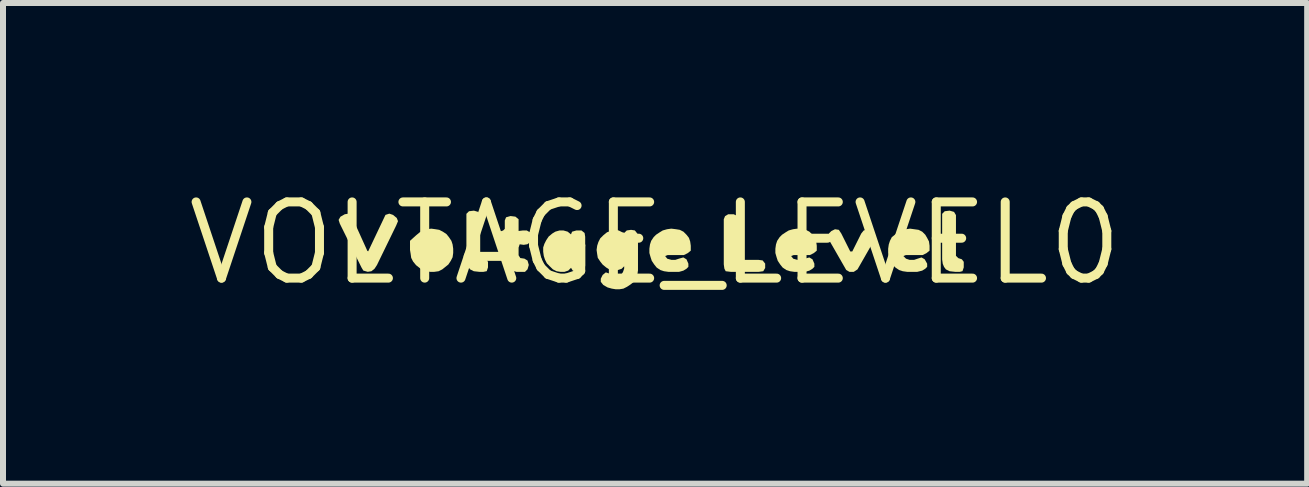
<source format=kicad_pcb>
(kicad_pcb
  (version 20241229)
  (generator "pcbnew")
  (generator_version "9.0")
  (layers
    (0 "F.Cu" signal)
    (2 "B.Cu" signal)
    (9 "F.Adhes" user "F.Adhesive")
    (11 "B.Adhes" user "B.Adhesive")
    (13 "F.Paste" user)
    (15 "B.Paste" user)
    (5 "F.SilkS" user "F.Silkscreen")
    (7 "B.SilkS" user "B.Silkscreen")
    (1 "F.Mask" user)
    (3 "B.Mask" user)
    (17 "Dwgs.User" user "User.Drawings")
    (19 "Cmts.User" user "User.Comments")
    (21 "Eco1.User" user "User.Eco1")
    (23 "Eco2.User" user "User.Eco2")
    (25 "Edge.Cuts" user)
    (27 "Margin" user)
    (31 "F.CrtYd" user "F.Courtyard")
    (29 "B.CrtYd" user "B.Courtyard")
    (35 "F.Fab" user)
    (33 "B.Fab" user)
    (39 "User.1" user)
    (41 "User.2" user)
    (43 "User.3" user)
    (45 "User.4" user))
  (footprint "VOLTAGE_LEVEL0"
    (layer "F.Cu")
    (at 7.869 1.006)
    (property "Reference" "VOLTAGE_LEVEL0" (at 0 0 0) (layer "F.SilkS") (effects (font (size 1.27 1.27) (thickness 0.15))))
    (fp_poly (pts (xy 1.375 -0.453) (xy 1.385 -0.39) (xy 1.385 0.275) (xy 1.72 0.275) (xy 1.793 0.285) (xy 1.835 0.338) (xy 1.835 0.411) (xy 1.803 0.465) (xy 1.73 0.475) (xy 1.26 0.475) (xy 1.177 0.465) (xy 1.155 0.422) (xy 1.145 0.35) (xy 1.145 -0.401) (xy 1.166 -0.453) (xy 1.219 -0.485) (xy 1.311 -0.485)) (stroke (width 0) (type default)) (fill yes) (layer "F.SilkS"))
    (fp_poly (pts (xy -2.947 -0.524) (xy -2.915 -0.471) (xy -2.915 0.208) (xy -2.887 0.246) (xy -2.817 0.266) (xy -2.785 0.308) (xy -2.785 0.401) (xy -2.806 0.464) (xy -2.86 0.475) (xy -2.93 0.475) (xy -3.021 0.465) (xy -3.083 0.434) (xy -3.114 0.392) (xy -3.135 0.341) (xy -3.145 0.27) (xy -3.145 -0.492) (xy -3.102 -0.535) (xy -3.02 -0.545)) (stroke (width 0) (type default)) (fill yes) (layer "F.SilkS"))
    (fp_poly (pts (xy 4.983 -0.524) (xy 5.015 -0.471) (xy 5.015 0.208) (xy 5.053 0.246) (xy 5.113 0.266) (xy 5.145 0.308) (xy 5.145 0.401) (xy 5.124 0.464) (xy 5.081 0.475) (xy 5 0.475) (xy 4.909 0.465) (xy 4.847 0.434) (xy 4.816 0.392) (xy 4.795 0.341) (xy 4.785 0.27) (xy 4.785 -0.492) (xy 4.828 -0.535) (xy 4.91 -0.545)) (stroke (width 0) (type default)) (fill yes) (layer "F.SilkS"))
    (fp_poly (pts (xy 3.603 -0.204) (xy 3.665 -0.153) (xy 3.675 -0.099) (xy 3.644 -0.038) (xy 3.374 0.434) (xy 3.312 0.475) (xy 3.239 0.475) (xy 3.186 0.444) (xy 2.916 -0.027) (xy 2.875 -0.089) (xy 2.885 -0.152) (xy 2.937 -0.204) (xy 2.999 -0.235) (xy 3.063 -0.225) (xy 3.104 -0.163) (xy 3.253 0.135) (xy 3.287 0.135) (xy 3.436 -0.163) (xy 3.477 -0.214) (xy 3.54 -0.235)) (stroke (width 0) (type default)) (fill yes) (layer "F.SilkS"))
    (fp_poly (pts (xy -5.056 -0.443) (xy -5.035 -0.402) (xy -4.796 0.126) (xy -4.782 0.133) (xy -4.494 -0.474) (xy -4.43 -0.495) (xy -4.368 -0.474) (xy -4.306 -0.423) (xy -4.285 -0.37) (xy -4.315 -0.298) (xy -4.636 0.362) (xy -4.676 0.423) (xy -4.728 0.465) (xy -4.79 0.475) (xy -4.863 0.454) (xy -4.894 0.402) (xy -5.255 -0.328) (xy -5.275 -0.391) (xy -5.244 -0.444) (xy -5.172 -0.485) (xy -5.108 -0.495)) (stroke (width 0) (type default)) (fill yes) (layer "F.SilkS"))
    (fp_poly (pts (xy -1.458 -0.195) (xy -1.407 -0.154) (xy -1.402 -0.149) (xy -1.384 -0.194) (xy -1.311 -0.215) (xy -1.228 -0.215) (xy -1.175 -0.173) (xy -1.165 -0.11) (xy -1.165 0.37) (xy -1.175 0.443) (xy -1.229 0.475) (xy -1.321 0.475) (xy -1.373 0.454) (xy -1.401 0.408) (xy -1.447 0.454) (xy -1.509 0.475) (xy -1.58 0.475) (xy -1.642 0.465) (xy -1.703 0.434) (xy -1.754 0.384) (xy -1.804 0.333) (xy -1.835 0.272) (xy -1.855 0.211) (xy -1.865 0.14) (xy -1.865 0.069) (xy -1.845 0.008) (xy -1.814 -0.053) (xy -1.774 -0.113) (xy -1.713 -0.164) (xy -1.662 -0.195) (xy -1.591 -0.215) (xy -1.529 -0.215)) (stroke (width 0) (type default)) (fill yes) (layer "F.SilkS"))
    (fp_poly (pts (xy -3.659 -0.235) (xy -3.598 -0.225) (xy -3.537 -0.194) (xy -3.477 -0.154) (xy -3.436 -0.103) (xy -3.395 -0.042) (xy -3.375 0.019) (xy -3.365 0.09) (xy -3.365 0.16) (xy -3.375 0.232) (xy -3.406 0.293) (xy -3.446 0.353) (xy -3.497 0.394) (xy -3.547 0.434) (xy -3.608 0.465) (xy -3.68 0.475) (xy -3.75 0.475) (xy -3.811 0.465) (xy -3.878 0.446) (xy -3.878 0.448) (xy -3.882 0.445) (xy -3.888 0.443) (xy -3.887 0.441) (xy -3.933 0.404) (xy -3.984 0.364) (xy -4.034 0.303) (xy -4.065 0.242) (xy -4.075 0.171) (xy -4.085 0.11) (xy -4.085 -0.042) (xy -3.983 -0.134) (xy -3.923 -0.184) (xy -3.862 -0.215) (xy -3.801 -0.235) (xy -3.73 -0.245)) (stroke (width 0) (type default)) (fill yes) (layer "F.SilkS"))
    (fp_poly (pts (xy -2.328 -0.445) (xy -2.275 -0.402) (xy -2.275 -0.206) (xy -2.2 -0.215) (xy -2.139 -0.215) (xy -2.085 -0.183) (xy -2.075 -0.11) (xy -2.085 -0.017) (xy -2.128 0.015) (xy -2.19 0.025) (xy -2.257 0.016) (xy -2.275 0.071) (xy -2.275 0.199) (xy -2.247 0.245) (xy -2.178 0.255) (xy -2.126 0.287) (xy -2.105 0.36) (xy -2.126 0.433) (xy -2.168 0.475) (xy -2.311 0.475) (xy -2.382 0.455) (xy -2.433 0.424) (xy -2.464 0.383) (xy -2.495 0.322) (xy -2.505 0.25) (xy -2.505 0.043) (xy -2.604 0.004) (xy -2.625 -0.059) (xy -2.625 -0.141) (xy -2.593 -0.194) (xy -2.533 -0.214) (xy -2.505 -0.242) (xy -2.505 -0.381) (xy -2.484 -0.434) (xy -2.41 -0.455)) (stroke (width 0) (type default)) (fill yes) (layer "F.SilkS"))
    (fp_poly (pts (xy 4.321 -0.235) (xy 4.392 -0.225) (xy 4.453 -0.194) (xy 4.504 -0.143) (xy 4.534 -0.092) (xy 4.565 -0.032) (xy 4.575 0.04) (xy 4.575 0.122) (xy 4.523 0.164) (xy 4.461 0.195) (xy 4.181 0.195) (xy 4.139 0.212) (xy 4.183 0.256) (xy 4.241 0.275) (xy 4.319 0.275) (xy 4.378 0.255) (xy 4.441 0.235) (xy 4.494 0.266) (xy 4.535 0.339) (xy 4.535 0.392) (xy 4.503 0.424) (xy 4.452 0.455) (xy 4.371 0.475) (xy 4.2 0.475) (xy 4.129 0.465) (xy 4.068 0.445) (xy 4.007 0.404) (xy 3.956 0.353) (xy 3.895 0.232) (xy 3.885 0.16) (xy 3.885 0.09) (xy 3.895 0.019) (xy 3.915 -0.042) (xy 3.946 -0.103) (xy 3.997 -0.144) (xy 4.047 -0.184) (xy 4.108 -0.215) (xy 4.179 -0.235) (xy 4.25 -0.245)) (stroke (width 0) (type default)) (fill yes) (layer "F.SilkS"))
    (fp_poly (pts (xy 0.351 -0.235) (xy 0.412 -0.225) (xy 0.473 -0.194) (xy 0.524 -0.143) (xy 0.564 -0.092) (xy 0.585 -0.031) (xy 0.595 0.04) (xy 0.595 0.122) (xy 0.543 0.164) (xy 0.481 0.195) (xy 0.211 0.195) (xy 0.168 0.212) (xy 0.203 0.256) (xy 0.271 0.275) (xy 0.339 0.275) (xy 0.399 0.255) (xy 0.471 0.235) (xy 0.524 0.267) (xy 0.555 0.339) (xy 0.555 0.392) (xy 0.523 0.424) (xy 0.472 0.455) (xy 0.401 0.475) (xy 0.22 0.475) (xy 0.149 0.465) (xy 0.088 0.445) (xy 0.027 0.404) (xy -0.014 0.353) (xy -0.055 0.292) (xy -0.075 0.231) (xy -0.095 0.161) (xy -0.095 0.09) (xy -0.085 0.019) (xy -0.065 -0.042) (xy -0.024 -0.103) (xy 0.017 -0.144) (xy 0.077 -0.184) (xy 0.128 -0.215) (xy 0.199 -0.235) (xy 0.27 -0.245)) (stroke (width 0) (type default)) (fill yes) (layer "F.SilkS"))
    (fp_poly (pts (xy 2.451 -0.235) (xy 2.512 -0.225) (xy 2.573 -0.194) (xy 2.624 -0.143) (xy 2.664 -0.092) (xy 2.685 -0.031) (xy 2.695 0.04) (xy 2.695 0.122) (xy 2.643 0.164) (xy 2.581 0.195) (xy 2.311 0.195) (xy 2.268 0.212) (xy 2.303 0.256) (xy 2.371 0.275) (xy 2.439 0.275) (xy 2.499 0.255) (xy 2.571 0.235) (xy 2.624 0.267) (xy 2.655 0.339) (xy 2.655 0.392) (xy 2.623 0.424) (xy 2.572 0.455) (xy 2.501 0.475) (xy 2.32 0.475) (xy 2.249 0.465) (xy 2.188 0.445) (xy 2.127 0.404) (xy 2.086 0.353) (xy 2.045 0.292) (xy 2.025 0.231) (xy 2.005 0.161) (xy 2.005 0.09) (xy 2.015 0.019) (xy 2.035 -0.042) (xy 2.076 -0.103) (xy 2.117 -0.144) (xy 2.177 -0.184) (xy 2.228 -0.215) (xy 2.299 -0.235) (xy 2.37 -0.245)) (stroke (width 0) (type default)) (fill yes) (layer "F.SilkS"))
    (fp_poly (pts (xy -0.608 -0.215) (xy -0.548 -0.185) (xy -0.512 -0.176) (xy -0.472 -0.215) (xy -0.4 -0.225) (xy -0.337 -0.215) (xy -0.295 -0.162) (xy -0.285 -0.09) (xy -0.285 0.45) (xy -0.295 0.521) (xy -0.315 0.582) (xy -0.356 0.643) (xy -0.407 0.684) (xy -0.467 0.724) (xy -0.528 0.755) (xy -0.59 0.765) (xy -0.66 0.765) (xy -0.721 0.755) (xy -0.792 0.735) (xy -0.863 0.694) (xy -0.905 0.642) (xy -0.905 0.589) (xy -0.874 0.527) (xy -0.821 0.484) (xy -0.758 0.505) (xy -0.688 0.535) (xy -0.63 0.555) (xy -0.573 0.536) (xy -0.535 0.478) (xy -0.515 0.419) (xy -0.515 0.382) (xy -0.557 0.424) (xy -0.619 0.445) (xy -0.69 0.455) (xy -0.762 0.435) (xy -0.813 0.404) (xy -0.874 0.354) (xy -0.914 0.303) (xy -0.955 0.242) (xy -0.965 0.181) (xy -0.975 0.11) (xy -0.965 0.039) (xy -0.945 -0.022) (xy -0.914 -0.083) (xy -0.863 -0.134) (xy -0.802 -0.184) (xy -0.742 -0.205) (xy -0.68 -0.225)) (stroke (width 0) (type default)) (fill yes) (layer "F.SilkS")))
  (gr_rect
    (start -3 -3)
    (end 18.738 5.012)
    (stroke (width 0.1) (type default))
    (fill no)
    (layer "Edge.Cuts")))
</source>
